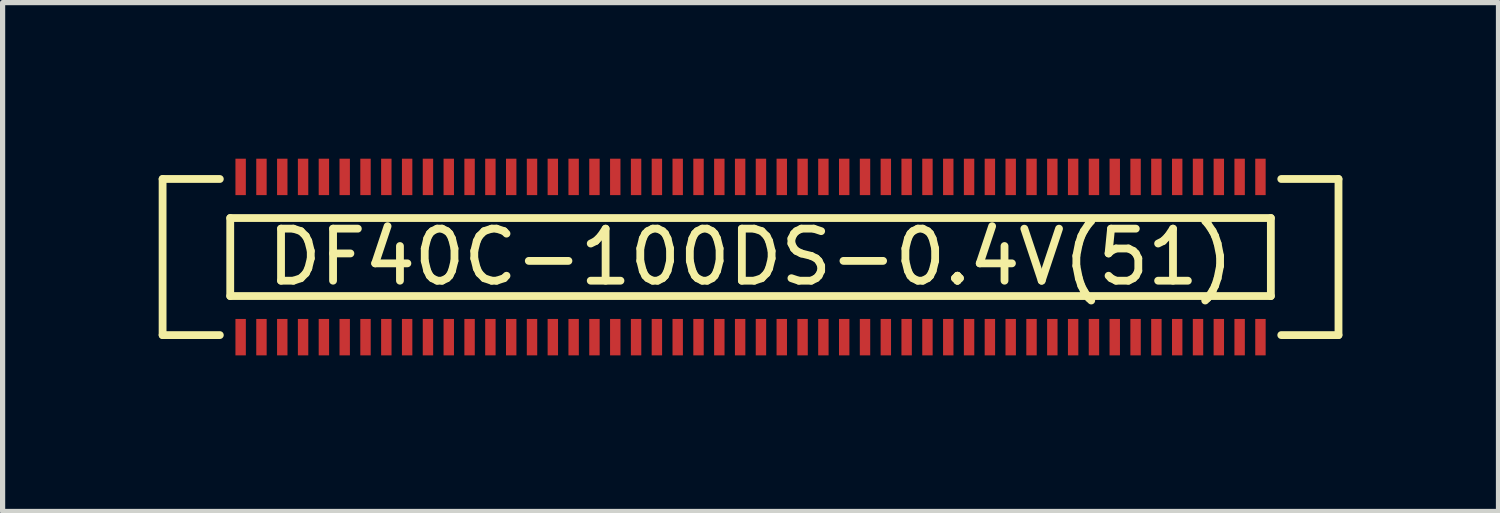
<source format=kicad_pcb>
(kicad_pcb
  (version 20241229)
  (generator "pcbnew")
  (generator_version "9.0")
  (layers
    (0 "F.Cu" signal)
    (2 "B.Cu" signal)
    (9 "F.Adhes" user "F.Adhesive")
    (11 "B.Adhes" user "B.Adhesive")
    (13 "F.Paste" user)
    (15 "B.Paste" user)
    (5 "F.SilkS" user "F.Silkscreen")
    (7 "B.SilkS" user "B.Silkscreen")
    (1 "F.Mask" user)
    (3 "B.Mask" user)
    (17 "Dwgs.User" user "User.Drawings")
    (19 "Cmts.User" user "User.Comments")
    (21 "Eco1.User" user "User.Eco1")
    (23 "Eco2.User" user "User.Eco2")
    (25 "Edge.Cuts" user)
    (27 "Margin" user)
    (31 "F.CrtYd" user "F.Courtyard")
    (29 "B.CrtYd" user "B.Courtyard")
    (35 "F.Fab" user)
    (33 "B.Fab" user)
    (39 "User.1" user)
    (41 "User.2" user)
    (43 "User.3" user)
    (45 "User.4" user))
  (footprint "DF40C-100DS-0.4V(51)"
    (layer "F.Cu")
    (at 11.375 1.89)
    (property "Reference" "DF40C-100DS-0.4V(51)" (at 0 0 0) (layer "F.SilkS") (effects (font (size 1 1) (thickness 0.15))))
    (attr through_hole)
    (fp_line (start -11.3 -1.5) (end -11.3 1.5) (stroke (width 0.15) (type solid)) (layer "F.SilkS"))
    (fp_line (start -11.3 1.5) (end -10.2 1.5) (stroke (width 0.15) (type solid)) (layer "F.SilkS"))
    (fp_line (start -10.2 -1.5) (end -11.3 -1.5) (stroke (width 0.15) (type solid)) (layer "F.SilkS"))
    (fp_line (start -10 -0.75) (end 10 -0.75) (stroke (width 0.15) (type solid)) (layer "F.SilkS"))
    (fp_line (start -10 0.75) (end -10 -0.75) (stroke (width 0.15) (type solid)) (layer "F.SilkS"))
    (fp_line (start 10 -0.75) (end 10 0.75) (stroke (width 0.15) (type solid)) (layer "F.SilkS"))
    (fp_line (start 10 0.75) (end -10 0.75) (stroke (width 0.15) (type solid)) (layer "F.SilkS"))
    (fp_line (start 10.2 -1.5) (end 11.3 -1.5) (stroke (width 0.15) (type solid)) (layer "F.SilkS"))
    (fp_line (start 11.3 -1.5) (end 11.3 1.5) (stroke (width 0.15) (type solid)) (layer "F.SilkS"))
    (fp_line (start 11.3 1.5) (end 10.2 1.5) (stroke (width 0.15) (type solid)) (layer "F.SilkS"))
    (pad "1" smd rect (at -9.8 1.54) (size 0.2 0.7) (layers "F.Cu" "F.Mask" "F.Paste"))
    (pad "2" smd rect (at -9.8 -1.54) (size 0.2 0.7) (layers "F.Cu" "F.Mask" "F.Paste"))
    (pad "3" smd rect (at -9.4 1.54) (size 0.2 0.7) (layers "F.Cu" "F.Mask" "F.Paste"))
    (pad "4" smd rect (at -9.4 -1.54) (size 0.2 0.7) (layers "F.Cu" "F.Mask" "F.Paste"))
    (pad "5" smd rect (at -9 1.54) (size 0.2 0.7) (layers "F.Cu" "F.Mask" "F.Paste"))
    (pad "6" smd rect (at -9 -1.54) (size 0.2 0.7) (layers "F.Cu" "F.Mask" "F.Paste"))
    (pad "7" smd rect (at -8.6 1.54) (size 0.2 0.7) (layers "F.Cu" "F.Mask" "F.Paste"))
    (pad "8" smd rect (at -8.6 -1.54) (size 0.2 0.7) (layers "F.Cu" "F.Mask" "F.Paste"))
    (pad "9" smd rect (at -8.2 1.54) (size 0.2 0.7) (layers "F.Cu" "F.Mask" "F.Paste"))
    (pad "10" smd rect (at -8.2 -1.54) (size 0.2 0.7) (layers "F.Cu" "F.Mask" "F.Paste"))
    (pad "11" smd rect (at -7.8 1.54) (size 0.2 0.7) (layers "F.Cu" "F.Mask" "F.Paste"))
    (pad "12" smd rect (at -7.8 -1.54) (size 0.2 0.7) (layers "F.Cu" "F.Mask" "F.Paste"))
    (pad "13" smd rect (at -7.4 1.54) (size 0.2 0.7) (layers "F.Cu" "F.Mask" "F.Paste"))
    (pad "14" smd rect (at -7.4 -1.54) (size 0.2 0.7) (layers "F.Cu" "F.Mask" "F.Paste"))
    (pad "15" smd rect (at -7 1.54) (size 0.2 0.7) (layers "F.Cu" "F.Mask" "F.Paste"))
    (pad "16" smd rect (at -7 -1.54) (size 0.2 0.7) (layers "F.Cu" "F.Mask" "F.Paste"))
    (pad "17" smd rect (at -6.6 1.54) (size 0.2 0.7) (layers "F.Cu" "F.Mask" "F.Paste"))
    (pad "18" smd rect (at -6.6 -1.54) (size 0.2 0.7) (layers "F.Cu" "F.Mask" "F.Paste"))
    (pad "19" smd rect (at -6.2 1.54) (size 0.2 0.7) (layers "F.Cu" "F.Mask" "F.Paste"))
    (pad "20" smd rect (at -6.2 -1.54) (size 0.2 0.7) (layers "F.Cu" "F.Mask" "F.Paste"))
    (pad "21" smd rect (at -5.8 1.54) (size 0.2 0.7) (layers "F.Cu" "F.Mask" "F.Paste"))
    (pad "22" smd rect (at -5.8 -1.54) (size 0.2 0.7) (layers "F.Cu" "F.Mask" "F.Paste"))
    (pad "23" smd rect (at -5.4 1.54) (size 0.2 0.7) (layers "F.Cu" "F.Mask" "F.Paste"))
    (pad "24" smd rect (at -5.4 -1.54) (size 0.2 0.7) (layers "F.Cu" "F.Mask" "F.Paste"))
    (pad "25" smd rect (at -5 1.54) (size 0.2 0.7) (layers "F.Cu" "F.Mask" "F.Paste"))
    (pad "26" smd rect (at -5 -1.54) (size 0.2 0.7) (layers "F.Cu" "F.Mask" "F.Paste"))
    (pad "27" smd rect (at -4.6 1.54) (size 0.2 0.7) (layers "F.Cu" "F.Mask" "F.Paste"))
    (pad "28" smd rect (at -4.6 -1.54) (size 0.2 0.7) (layers "F.Cu" "F.Mask" "F.Paste"))
    (pad "29" smd rect (at -4.2 1.54) (size 0.2 0.7) (layers "F.Cu" "F.Mask" "F.Paste"))
    (pad "30" smd rect (at -4.2 -1.54) (size 0.2 0.7) (layers "F.Cu" "F.Mask" "F.Paste"))
    (pad "31" smd rect (at -3.8 1.54) (size 0.2 0.7) (layers "F.Cu" "F.Mask" "F.Paste"))
    (pad "32" smd rect (at -3.8 -1.54) (size 0.2 0.7) (layers "F.Cu" "F.Mask" "F.Paste"))
    (pad "33" smd rect (at -3.4 1.54) (size 0.2 0.7) (layers "F.Cu" "F.Mask" "F.Paste"))
    (pad "34" smd rect (at -3.4 -1.54) (size 0.2 0.7) (layers "F.Cu" "F.Mask" "F.Paste"))
    (pad "35" smd rect (at -3 1.54) (size 0.2 0.7) (layers "F.Cu" "F.Mask" "F.Paste"))
    (pad "36" smd rect (at -3 -1.54) (size 0.2 0.7) (layers "F.Cu" "F.Mask" "F.Paste"))
    (pad "37" smd rect (at -2.6 1.54) (size 0.2 0.7) (layers "F.Cu" "F.Mask" "F.Paste"))
    (pad "38" smd rect (at -2.6 -1.54) (size 0.2 0.7) (layers "F.Cu" "F.Mask" "F.Paste"))
    (pad "39" smd rect (at -2.2 1.54) (size 0.2 0.7) (layers "F.Cu" "F.Mask" "F.Paste"))
    (pad "40" smd rect (at -2.2 -1.54) (size 0.2 0.7) (layers "F.Cu" "F.Mask" "F.Paste"))
    (pad "41" smd rect (at -1.8 1.54) (size 0.2 0.7) (layers "F.Cu" "F.Mask" "F.Paste"))
    (pad "42" smd rect (at -1.8 -1.54) (size 0.2 0.7) (layers "F.Cu" "F.Mask" "F.Paste"))
    (pad "43" smd rect (at -1.4 1.54) (size 0.2 0.7) (layers "F.Cu" "F.Mask" "F.Paste"))
    (pad "44" smd rect (at -1.4 -1.54) (size 0.2 0.7) (layers "F.Cu" "F.Mask" "F.Paste"))
    (pad "45" smd rect (at -1 1.54) (size 0.2 0.7) (layers "F.Cu" "F.Mask" "F.Paste"))
    (pad "46" smd rect (at -1 -1.54) (size 0.2 0.7) (layers "F.Cu" "F.Mask" "F.Paste"))
    (pad "47" smd rect (at -0.6 1.54) (size 0.2 0.7) (layers "F.Cu" "F.Mask" "F.Paste"))
    (pad "48" smd rect (at -0.6 -1.54) (size 0.2 0.7) (layers "F.Cu" "F.Mask" "F.Paste"))
    (pad "49" smd rect (at -0.2 1.54) (size 0.2 0.7) (layers "F.Cu" "F.Mask" "F.Paste"))
    (pad "50" smd rect (at -0.2 -1.54) (size 0.2 0.7) (layers "F.Cu" "F.Mask" "F.Paste"))
    (pad "51" smd rect (at 0.2 1.54) (size 0.2 0.7) (layers "F.Cu" "F.Mask" "F.Paste"))
    (pad "52" smd rect (at 0.2 -1.54) (size 0.2 0.7) (layers "F.Cu" "F.Mask" "F.Paste"))
    (pad "53" smd rect (at 0.6 1.54) (size 0.2 0.7) (layers "F.Cu" "F.Mask" "F.Paste"))
    (pad "54" smd rect (at 0.6 -1.54) (size 0.2 0.7) (layers "F.Cu" "F.Mask" "F.Paste"))
    (pad "55" smd rect (at 1 1.54) (size 0.2 0.7) (layers "F.Cu" "F.Mask" "F.Paste"))
    (pad "56" smd rect (at 1 -1.54) (size 0.2 0.7) (layers "F.Cu" "F.Mask" "F.Paste"))
    (pad "57" smd rect (at 1.4 1.54) (size 0.2 0.7) (layers "F.Cu" "F.Mask" "F.Paste"))
    (pad "58" smd rect (at 1.4 -1.54) (size 0.2 0.7) (layers "F.Cu" "F.Mask" "F.Paste"))
    (pad "59" smd rect (at 1.8 1.54) (size 0.2 0.7) (layers "F.Cu" "F.Mask" "F.Paste"))
    (pad "60" smd rect (at 1.8 -1.54) (size 0.2 0.7) (layers "F.Cu" "F.Mask" "F.Paste"))
    (pad "61" smd rect (at 2.2 1.54) (size 0.2 0.7) (layers "F.Cu" "F.Mask" "F.Paste"))
    (pad "62" smd rect (at 2.2 -1.54) (size 0.2 0.7) (layers "F.Cu" "F.Mask" "F.Paste"))
    (pad "63" smd rect (at 2.6 1.54) (size 0.2 0.7) (layers "F.Cu" "F.Mask" "F.Paste"))
    (pad "64" smd rect (at 2.6 -1.54) (size 0.2 0.7) (layers "F.Cu" "F.Mask" "F.Paste"))
    (pad "65" smd rect (at 3 1.54) (size 0.2 0.7) (layers "F.Cu" "F.Mask" "F.Paste"))
    (pad "66" smd rect (at 3 -1.54) (size 0.2 0.7) (layers "F.Cu" "F.Mask" "F.Paste"))
    (pad "67" smd rect (at 3.4 1.54) (size 0.2 0.7) (layers "F.Cu" "F.Mask" "F.Paste"))
    (pad "68" smd rect (at 3.4 -1.54) (size 0.2 0.7) (layers "F.Cu" "F.Mask" "F.Paste"))
    (pad "69" smd rect (at 3.8 1.54) (size 0.2 0.7) (layers "F.Cu" "F.Mask" "F.Paste"))
    (pad "70" smd rect (at 3.8 -1.54) (size 0.2 0.7) (layers "F.Cu" "F.Mask" "F.Paste"))
    (pad "71" smd rect (at 4.2 1.54) (size 0.2 0.7) (layers "F.Cu" "F.Mask" "F.Paste"))
    (pad "72" smd rect (at 4.2 -1.54) (size 0.2 0.7) (layers "F.Cu" "F.Mask" "F.Paste"))
    (pad "73" smd rect (at 4.6 1.54) (size 0.2 0.7) (layers "F.Cu" "F.Mask" "F.Paste"))
    (pad "74" smd rect (at 4.6 -1.54) (size 0.2 0.7) (layers "F.Cu" "F.Mask" "F.Paste"))
    (pad "75" smd rect (at 5 1.54) (size 0.2 0.7) (layers "F.Cu" "F.Mask" "F.Paste"))
    (pad "76" smd rect (at 5 -1.54) (size 0.2 0.7) (layers "F.Cu" "F.Mask" "F.Paste"))
    (pad "77" smd rect (at 5.4 1.54) (size 0.2 0.7) (layers "F.Cu" "F.Mask" "F.Paste"))
    (pad "78" smd rect (at 5.4 -1.54) (size 0.2 0.7) (layers "F.Cu" "F.Mask" "F.Paste"))
    (pad "79" smd rect (at 5.8 1.54) (size 0.2 0.7) (layers "F.Cu" "F.Mask" "F.Paste"))
    (pad "80" smd rect (at 5.8 -1.54) (size 0.2 0.7) (layers "F.Cu" "F.Mask" "F.Paste"))
    (pad "81" smd rect (at 6.2 1.54) (size 0.2 0.7) (layers "F.Cu" "F.Mask" "F.Paste"))
    (pad "82" smd rect (at 6.2 -1.54) (size 0.2 0.7) (layers "F.Cu" "F.Mask" "F.Paste"))
    (pad "83" smd rect (at 6.6 1.54) (size 0.2 0.7) (layers "F.Cu" "F.Mask" "F.Paste"))
    (pad "84" smd rect (at 6.6 -1.54) (size 0.2 0.7) (layers "F.Cu" "F.Mask" "F.Paste"))
    (pad "85" smd rect (at 7 1.54) (size 0.2 0.7) (layers "F.Cu" "F.Mask" "F.Paste"))
    (pad "86" smd rect (at 7 -1.54) (size 0.2 0.7) (layers "F.Cu" "F.Mask" "F.Paste"))
    (pad "87" smd rect (at 7.4 1.54) (size 0.2 0.7) (layers "F.Cu" "F.Mask" "F.Paste"))
    (pad "88" smd rect (at 7.4 -1.54) (size 0.2 0.7) (layers "F.Cu" "F.Mask" "F.Paste"))
    (pad "89" smd rect (at 7.8 1.54) (size 0.2 0.7) (layers "F.Cu" "F.Mask" "F.Paste"))
    (pad "90" smd rect (at 7.8 -1.54) (size 0.2 0.7) (layers "F.Cu" "F.Mask" "F.Paste"))
    (pad "91" smd rect (at 8.2 1.54) (size 0.2 0.7) (layers "F.Cu" "F.Mask" "F.Paste"))
    (pad "92" smd rect (at 8.2 -1.54) (size 0.2 0.7) (layers "F.Cu" "F.Mask" "F.Paste"))
    (pad "93" smd rect (at 8.6 1.54) (size 0.2 0.7) (layers "F.Cu" "F.Mask" "F.Paste"))
    (pad "94" smd rect (at 8.6 -1.54) (size 0.2 0.7) (layers "F.Cu" "F.Mask" "F.Paste"))
    (pad "95" smd rect (at 9 1.54) (size 0.2 0.7) (layers "F.Cu" "F.Mask" "F.Paste"))
    (pad "96" smd rect (at 9 -1.54) (size 0.2 0.7) (layers "F.Cu" "F.Mask" "F.Paste"))
    (pad "97" smd rect (at 9.4 1.54) (size 0.2 0.7) (layers "F.Cu" "F.Mask" "F.Paste"))
    (pad "98" smd rect (at 9.4 -1.54) (size 0.2 0.7) (layers "F.Cu" "F.Mask" "F.Paste"))
    (pad "99" smd rect (at 9.8 1.54) (size 0.2 0.7) (layers "F.Cu" "F.Mask" "F.Paste"))
    (pad "100" smd rect (at 9.8 -1.54) (size 0.2 0.7) (layers "F.Cu" "F.Mask" "F.Paste")))
  (gr_rect
    (start -3 -3)
    (end 25.75 6.78)
    (stroke (width 0.1) (type default))
    (fill no)
    (layer "Edge.Cuts")))
</source>
